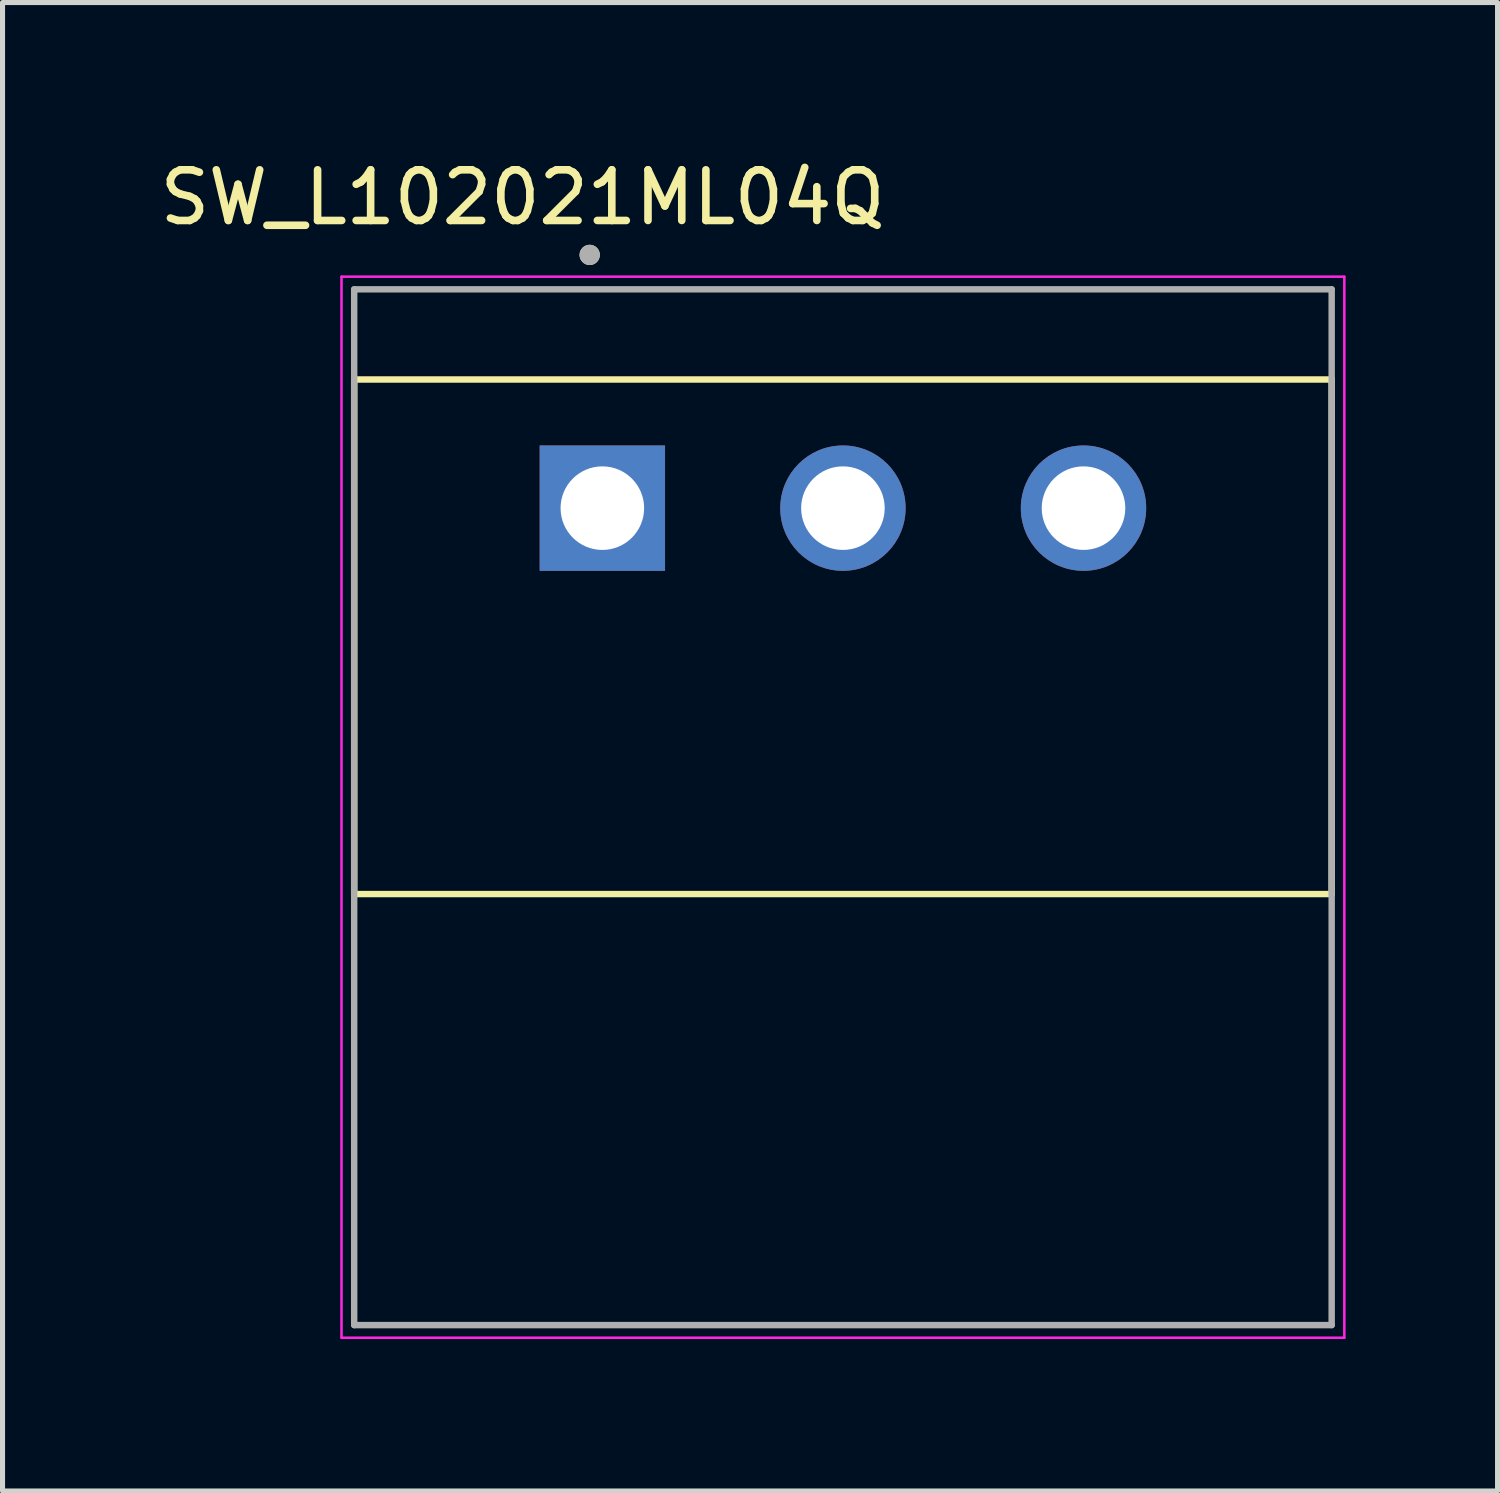
<source format=kicad_pcb>
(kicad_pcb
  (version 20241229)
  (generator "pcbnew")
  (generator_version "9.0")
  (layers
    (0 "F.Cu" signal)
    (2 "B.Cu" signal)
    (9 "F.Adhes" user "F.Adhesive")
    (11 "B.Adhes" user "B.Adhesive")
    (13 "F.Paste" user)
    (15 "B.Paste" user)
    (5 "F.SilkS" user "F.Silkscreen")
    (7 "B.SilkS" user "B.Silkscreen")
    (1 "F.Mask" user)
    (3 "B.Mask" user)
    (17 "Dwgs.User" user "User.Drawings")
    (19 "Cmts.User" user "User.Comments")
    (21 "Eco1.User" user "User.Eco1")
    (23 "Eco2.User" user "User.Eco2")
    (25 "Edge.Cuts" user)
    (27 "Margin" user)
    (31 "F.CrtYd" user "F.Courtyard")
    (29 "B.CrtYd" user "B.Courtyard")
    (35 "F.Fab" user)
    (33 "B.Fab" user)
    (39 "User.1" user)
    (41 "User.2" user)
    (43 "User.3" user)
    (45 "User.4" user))
  (footprint "SW_L102021ML04Q"
    (layer "F.Cu")
    (at 13.593 6.983)
    (property "Reference" "SW_L102021ML04Q" (at -6.325 -6.135 0) (layer "F.SilkS") (effects (font (size 1 1) (thickness 0.15))))
    (attr through_hole)
    (fp_line (start -9.65 -2.54) (end 9.65 -2.54) (stroke (width 0.127) (type solid)) (layer "F.SilkS"))
    (fp_line (start -9.65 7.62) (end -9.65 -2.54) (stroke (width 0.127) (type solid)) (layer "F.SilkS"))
    (fp_line (start 9.65 -2.54) (end 9.65 7.62) (stroke (width 0.127) (type solid)) (layer "F.SilkS"))
    (fp_line (start 9.65 7.62) (end -9.65 7.62) (stroke (width 0.127) (type solid)) (layer "F.SilkS"))
    (fp_circle (center -5 -5) (end -4.9 -5) (stroke (width 0.2) (type solid)) (fill no) (layer "F.SilkS"))
    (fp_line (start -9.9 -4.57) (end -9.9 16.38) (stroke (width 0.05) (type solid)) (layer "F.CrtYd"))
    (fp_line (start -9.9 16.38) (end 9.9 16.38) (stroke (width 0.05) (type solid)) (layer "F.CrtYd"))
    (fp_line (start 9.9 -4.57) (end -9.9 -4.57) (stroke (width 0.05) (type solid)) (layer "F.CrtYd"))
    (fp_line (start 9.9 16.38) (end 9.9 -4.57) (stroke (width 0.05) (type solid)) (layer "F.CrtYd"))
    (fp_line (start -9.65 -4.32) (end 9.65 -4.32) (stroke (width 0.127) (type solid)) (layer "F.Fab"))
    (fp_line (start -9.65 16.13) (end -9.65 -4.32) (stroke (width 0.127) (type solid)) (layer "F.Fab"))
    (fp_line (start 9.65 -4.32) (end 9.65 16.13) (stroke (width 0.127) (type solid)) (layer "F.Fab"))
    (fp_line (start 9.65 16.13) (end -9.65 16.13) (stroke (width 0.127) (type solid)) (layer "F.Fab"))
    (fp_circle (center -5 -5) (end -4.9 -5) (stroke (width 0.2) (type solid)) (fill no) (layer "F.Fab"))
    (pad "1" thru_hole rect (at -4.75 0) (size 2.475 2.475) (drill 1.65) (layers "*.Cu" "*.Mask"))
    (pad "2" thru_hole circle (at 0 0) (size 2.475 2.475) (drill 1.65) (layers "*.Cu" "*.Mask"))
    (pad "3" thru_hole circle (at 4.75 0) (size 2.475 2.475) (drill 1.65) (layers "*.Cu" "*.Mask")))
  (gr_rect
    (start -3 -3)
    (end 26.518 26.388)
    (stroke (width 0.1) (type default))
    (fill no)
    (layer "Edge.Cuts")))
</source>
